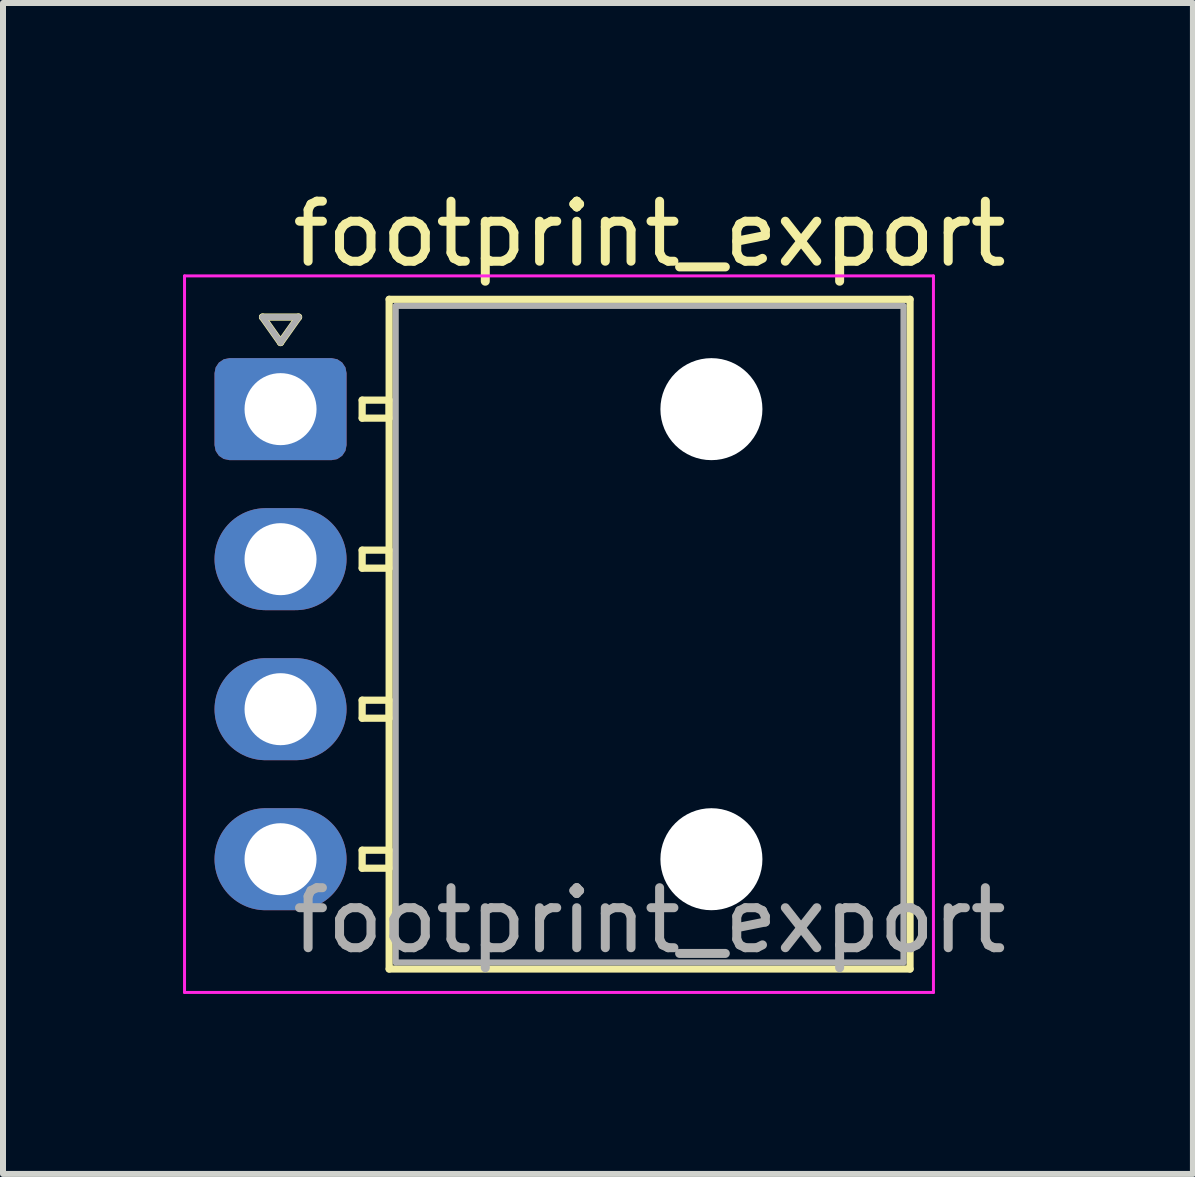
<source format=kicad_pcb>
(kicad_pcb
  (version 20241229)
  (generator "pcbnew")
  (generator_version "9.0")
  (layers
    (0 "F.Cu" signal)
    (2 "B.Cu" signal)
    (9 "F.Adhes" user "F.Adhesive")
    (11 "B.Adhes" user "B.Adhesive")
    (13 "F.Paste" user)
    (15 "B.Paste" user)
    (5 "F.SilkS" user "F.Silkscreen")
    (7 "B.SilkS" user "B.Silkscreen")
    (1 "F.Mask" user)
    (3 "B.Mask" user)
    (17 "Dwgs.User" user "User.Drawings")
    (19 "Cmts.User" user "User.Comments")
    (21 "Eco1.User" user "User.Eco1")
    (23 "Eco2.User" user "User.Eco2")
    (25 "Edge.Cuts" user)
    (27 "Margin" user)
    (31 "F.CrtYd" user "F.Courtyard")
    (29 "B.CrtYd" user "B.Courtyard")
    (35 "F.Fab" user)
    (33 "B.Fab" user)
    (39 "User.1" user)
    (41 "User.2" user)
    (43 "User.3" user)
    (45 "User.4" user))
  (footprint "footprint_export"
    (layer "F.Cu")
    (at 1.625 3.768)
    (property "Reference" "footprint_export" (at 6.15 -2.92 0) (layer "F.SilkS") (effects (font (size 1 1) (thickness 0.15))))
    (attr through_hole)
    (fp_line (start -0.3 -1.534) (end 0 -1.11) (stroke (width 0.12) (type solid)) (layer "F.SilkS"))
    (fp_line (start 0 -1.11) (end 0.3 -1.534) (stroke (width 0.12) (type solid)) (layer "F.SilkS"))
    (fp_line (start 0.3 -1.534) (end -0.3 -1.534) (stroke (width 0.12) (type solid)) (layer "F.SilkS"))
    (fp_line (start 1.36 -0.15) (end 1.36 0.15) (stroke (width 0.12) (type solid)) (layer "F.SilkS"))
    (fp_line (start 1.36 0.15) (end 1.81 0.15) (stroke (width 0.12) (type solid)) (layer "F.SilkS"))
    (fp_line (start 1.36 2.35) (end 1.36 2.65) (stroke (width 0.12) (type solid)) (layer "F.SilkS"))
    (fp_line (start 1.36 2.65) (end 1.81 2.65) (stroke (width 0.12) (type solid)) (layer "F.SilkS"))
    (fp_line (start 1.36 4.85) (end 1.36 5.15) (stroke (width 0.12) (type solid)) (layer "F.SilkS"))
    (fp_line (start 1.36 5.15) (end 1.81 5.15) (stroke (width 0.12) (type solid)) (layer "F.SilkS"))
    (fp_line (start 1.36 7.35) (end 1.36 7.65) (stroke (width 0.12) (type solid)) (layer "F.SilkS"))
    (fp_line (start 1.36 7.65) (end 1.81 7.65) (stroke (width 0.12) (type solid)) (layer "F.SilkS"))
    (fp_line (start 1.81 -1.83) (end 1.81 9.33) (stroke (width 0.12) (type solid)) (layer "F.SilkS"))
    (fp_line (start 1.81 -0.15) (end 1.36 -0.15) (stroke (width 0.12) (type solid)) (layer "F.SilkS"))
    (fp_line (start 1.81 0.15) (end 1.81 -0.15) (stroke (width 0.12) (type solid)) (layer "F.SilkS"))
    (fp_line (start 1.81 2.35) (end 1.36 2.35) (stroke (width 0.12) (type solid)) (layer "F.SilkS"))
    (fp_line (start 1.81 2.65) (end 1.81 2.35) (stroke (width 0.12) (type solid)) (layer "F.SilkS"))
    (fp_line (start 1.81 4.85) (end 1.36 4.85) (stroke (width 0.12) (type solid)) (layer "F.SilkS"))
    (fp_line (start 1.81 5.15) (end 1.81 4.85) (stroke (width 0.12) (type solid)) (layer "F.SilkS"))
    (fp_line (start 1.81 7.35) (end 1.36 7.35) (stroke (width 0.12) (type solid)) (layer "F.SilkS"))
    (fp_line (start 1.81 7.65) (end 1.81 7.35) (stroke (width 0.12) (type solid)) (layer "F.SilkS"))
    (fp_line (start 1.81 9.33) (end 10.49 9.33) (stroke (width 0.12) (type solid)) (layer "F.SilkS"))
    (fp_line (start 10.49 -1.83) (end 1.81 -1.83) (stroke (width 0.12) (type solid)) (layer "F.SilkS"))
    (fp_line (start 10.49 9.33) (end 10.49 -1.83) (stroke (width 0.12) (type solid)) (layer "F.SilkS"))
    (fp_line (start -1.6 -2.22) (end -1.6 9.72) (stroke (width 0.05) (type solid)) (layer "F.CrtYd"))
    (fp_line (start -1.6 9.72) (end 10.88 9.72) (stroke (width 0.05) (type solid)) (layer "F.CrtYd"))
    (fp_line (start 10.88 -2.22) (end -1.6 -2.22) (stroke (width 0.05) (type solid)) (layer "F.CrtYd"))
    (fp_line (start 10.88 9.72) (end 10.88 -2.22) (stroke (width 0.05) (type solid)) (layer "F.CrtYd"))
    (fp_line (start -0.3 -1.534) (end 0 -1.11) (stroke (width 0.1) (type solid)) (layer "F.Fab"))
    (fp_line (start 0 -1.11) (end 0.3 -1.534) (stroke (width 0.1) (type solid)) (layer "F.Fab"))
    (fp_line (start 0.3 -1.534) (end -0.3 -1.534) (stroke (width 0.1) (type solid)) (layer "F.Fab"))
    (fp_line (start 1.92 -1.72) (end 1.92 9.22) (stroke (width 0.1) (type solid)) (layer "F.Fab"))
    (fp_line (start 1.92 9.22) (end 10.38 9.22) (stroke (width 0.1) (type solid)) (layer "F.Fab"))
    (fp_line (start 10.38 -1.72) (end 1.92 -1.72) (stroke (width 0.1) (type solid)) (layer "F.Fab"))
    (fp_line (start 10.38 9.22) (end 10.38 -1.72) (stroke (width 0.1) (type solid)) (layer "F.Fab"))
    (fp_text user "${REFERENCE}" (at 6.15 8.52 0) (layer "F.Fab") (effects (font (size 1 1) (thickness 0.15))))
    (pad "" np_thru_hole circle (at 7.18 0) (size 1.7 1.7) (drill 1.7) (layers "*.Cu" "*.Mask"))
    (pad "" np_thru_hole circle (at 7.18 7.5) (size 1.7 1.7) (drill 1.7) (layers "*.Cu" "*.Mask"))
    (pad "1" thru_hole roundrect (at 0 0) (size 2.2 1.7) (drill 1.2) (layers "*.Cu" "*.Mask") (roundrect_rratio 0.147))
    (pad "2" thru_hole oval (at 0 2.5) (size 2.2 1.7) (drill 1.2) (layers "*.Cu" "*.Mask"))
    (pad "3" thru_hole oval (at 0 5) (size 2.2 1.7) (drill 1.2) (layers "*.Cu" "*.Mask"))
    (pad "4" thru_hole oval (at 0 7.5) (size 2.2 1.7) (drill 1.2) (layers "*.Cu" "*.Mask")))
  (gr_rect
    (start -3 -3)
    (end 16.829 16.513)
    (stroke (width 0.1) (type default))
    (fill no)
    (layer "Edge.Cuts")))
</source>
